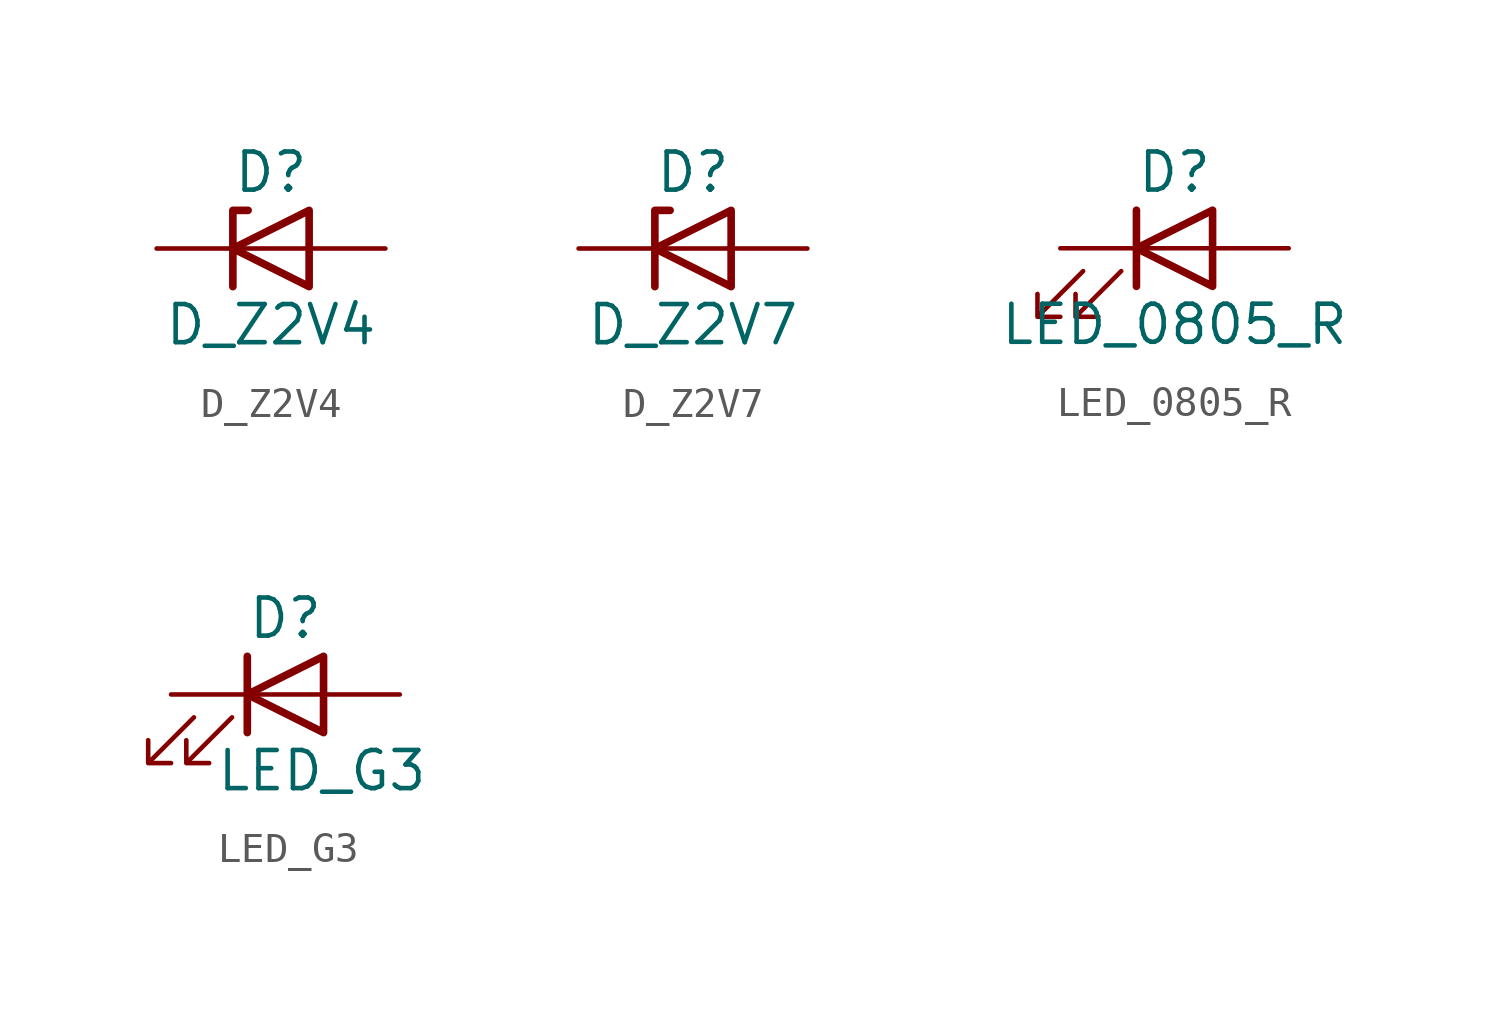
<source format=kicad_sym>
(kicad_symbol_lib
  (version 20211014)
  (generator kicad_symbol_editor)
  (symbol "D_Z2V4"
    (pin_numbers hide)
    (pin_names
      (offset 1.016) hide)
    (property "Reference" "D"
      (at 0 2.54 0)
      (effects (font (size 1.27 1.27))))
    (property "Value" "D_Z2V4"
      (at 0 -2.54 0)
      (effects (font (size 1.27 1.27))))
    (symbol "D_Z2V4_0_1"
      (polyline (pts (xy 1.27 0) (xy -1.27 0)) (stroke (width 0) (type default) (color 0 0 0 0)) (fill (type none)))
      (polyline (pts (xy -1.27 -1.27) (xy -1.27 1.27) (xy -0.762 1.27)) (stroke (width 0.254) (type default) (color 0 0 0 0)) (fill (type none)))
      (polyline (pts (xy 1.27 -1.27) (xy 1.27 1.27) (xy -1.27 0) (xy 1.27 -1.27)) (stroke (width 0.254) (type default) (color 0 0 0 0)) (fill (type none))))
    (symbol "D_Z2V4_1_1"
      (pin passive line (at -3.81 0 0) (length 2.54) (name "K" (effects (font (size 1.27 1.27)))) (number "1" (effects (font (size 1.27 1.27)))))
      (pin passive line (at 3.81 0 180) (length 2.54) (name "A" (effects (font (size 1.27 1.27)))) (number "2" (effects (font (size 1.27 1.27)))))))
  (symbol "D_Z2V7"
    (pin_numbers hide)
    (pin_names
      (offset 1.016) hide)
    (property "Reference" "D"
      (at 0 2.54 0)
      (effects (font (size 1.27 1.27))))
    (property "Value" "D_Z2V7"
      (at 0 -2.54 0)
      (effects (font (size 1.27 1.27))))
    (symbol "D_Z2V7_0_1"
      (polyline (pts (xy 1.27 0) (xy -1.27 0)) (stroke (width 0) (type default) (color 0 0 0 0)) (fill (type none)))
      (polyline (pts (xy -1.27 -1.27) (xy -1.27 1.27) (xy -0.762 1.27)) (stroke (width 0.254) (type default) (color 0 0 0 0)) (fill (type none)))
      (polyline (pts (xy 1.27 -1.27) (xy 1.27 1.27) (xy -1.27 0) (xy 1.27 -1.27)) (stroke (width 0.254) (type default) (color 0 0 0 0)) (fill (type none))))
    (symbol "D_Z2V7_1_1"
      (pin passive line (at -3.81 0 0) (length 2.54) (name "K" (effects (font (size 1.27 1.27)))) (number "1" (effects (font (size 1.27 1.27)))))
      (pin passive line (at 3.81 0 180) (length 2.54) (name "A" (effects (font (size 1.27 1.27)))) (number "2" (effects (font (size 1.27 1.27)))))))
  (symbol "LED_0805_R"
    (pin_numbers hide)
    (pin_names
      (offset 1.016) hide)
    (property "Reference" "D"
      (at 0 2.54 0)
      (effects (font (size 1.27 1.27))))
    (property "Value" "LED_0805_R"
      (at 0 -2.54 0)
      (effects (font (size 1.27 1.27))))
    (symbol "LED_0805_R_0_1"
      (polyline (pts (xy -1.27 -1.27) (xy -1.27 1.27)) (stroke (width 0.254) (type default) (color 0 0 0 0)) (fill (type none)))
      (polyline (pts (xy -1.27 0) (xy 1.27 0)) (stroke (width 0) (type default) (color 0 0 0 0)) (fill (type none)))
      (polyline (pts (xy 1.27 -1.27) (xy 1.27 1.27) (xy -1.27 0) (xy 1.27 -1.27)) (stroke (width 0.254) (type default) (color 0 0 0 0)) (fill (type none)))
      (polyline (pts (xy -3.048 -0.762) (xy -4.572 -2.286) (xy -3.81 -2.286) (xy -4.572 -2.286) (xy -4.572 -1.524)) (stroke (width 0) (type default) (color 0 0 0 0)) (fill (type none)))
      (polyline (pts (xy -1.778 -0.762) (xy -3.302 -2.286) (xy -2.54 -2.286) (xy -3.302 -2.286) (xy -3.302 -1.524)) (stroke (width 0) (type default) (color 0 0 0 0)) (fill (type none))))
    (symbol "LED_0805_R_1_1"
      (pin passive line (at -3.81 0 0) (length 2.54) (name "K" (effects (font (size 1.27 1.27)))) (number "1" (effects (font (size 1.27 1.27)))))
      (pin passive line (at 3.81 0 180) (length 2.54) (name "A" (effects (font (size 1.27 1.27)))) (number "2" (effects (font (size 1.27 1.27)))))))
  (symbol "LED_G3"
    (pin_numbers hide)
    (pin_names
      (offset 1.016) hide)
    (property "Reference" "D"
      (at 0 2.54 0)
      (effects (font (size 1.27 1.27))))
    (property "Value" "LED_G3"
      (at 1.219 -2.54 0)
      (effects (font (size 1.27 1.27))))
    (symbol "LED_G3_0_1"
      (polyline (pts (xy -1.27 -1.27) (xy -1.27 1.27)) (stroke (width 0.254) (type default) (color 0 0 0 0)) (fill (type none)))
      (polyline (pts (xy -1.27 0) (xy 1.27 0)) (stroke (width 0) (type default) (color 0 0 0 0)) (fill (type none)))
      (polyline (pts (xy 1.27 -1.27) (xy 1.27 1.27) (xy -1.27 0) (xy 1.27 -1.27)) (stroke (width 0.254) (type default) (color 0 0 0 0)) (fill (type none)))
      (polyline (pts (xy -3.048 -0.762) (xy -4.572 -2.286) (xy -3.81 -2.286) (xy -4.572 -2.286) (xy -4.572 -1.524)) (stroke (width 0) (type default) (color 0 0 0 0)) (fill (type none)))
      (polyline (pts (xy -1.778 -0.762) (xy -3.302 -2.286) (xy -2.54 -2.286) (xy -3.302 -2.286) (xy -3.302 -1.524)) (stroke (width 0) (type default) (color 0 0 0 0)) (fill (type none))))
    (symbol "LED_G3_1_1"
      (pin passive line (at -3.81 0 0) (length 2.54) (name "K" (effects (font (size 1.27 1.27)))) (number "1" (effects (font (size 1.27 1.27)))))
      (pin passive line (at 3.81 0 180) (length 2.54) (name "A" (effects (font (size 1.27 1.27)))) (number "2" (effects (font (size 1.27 1.27))))))))
</source>
